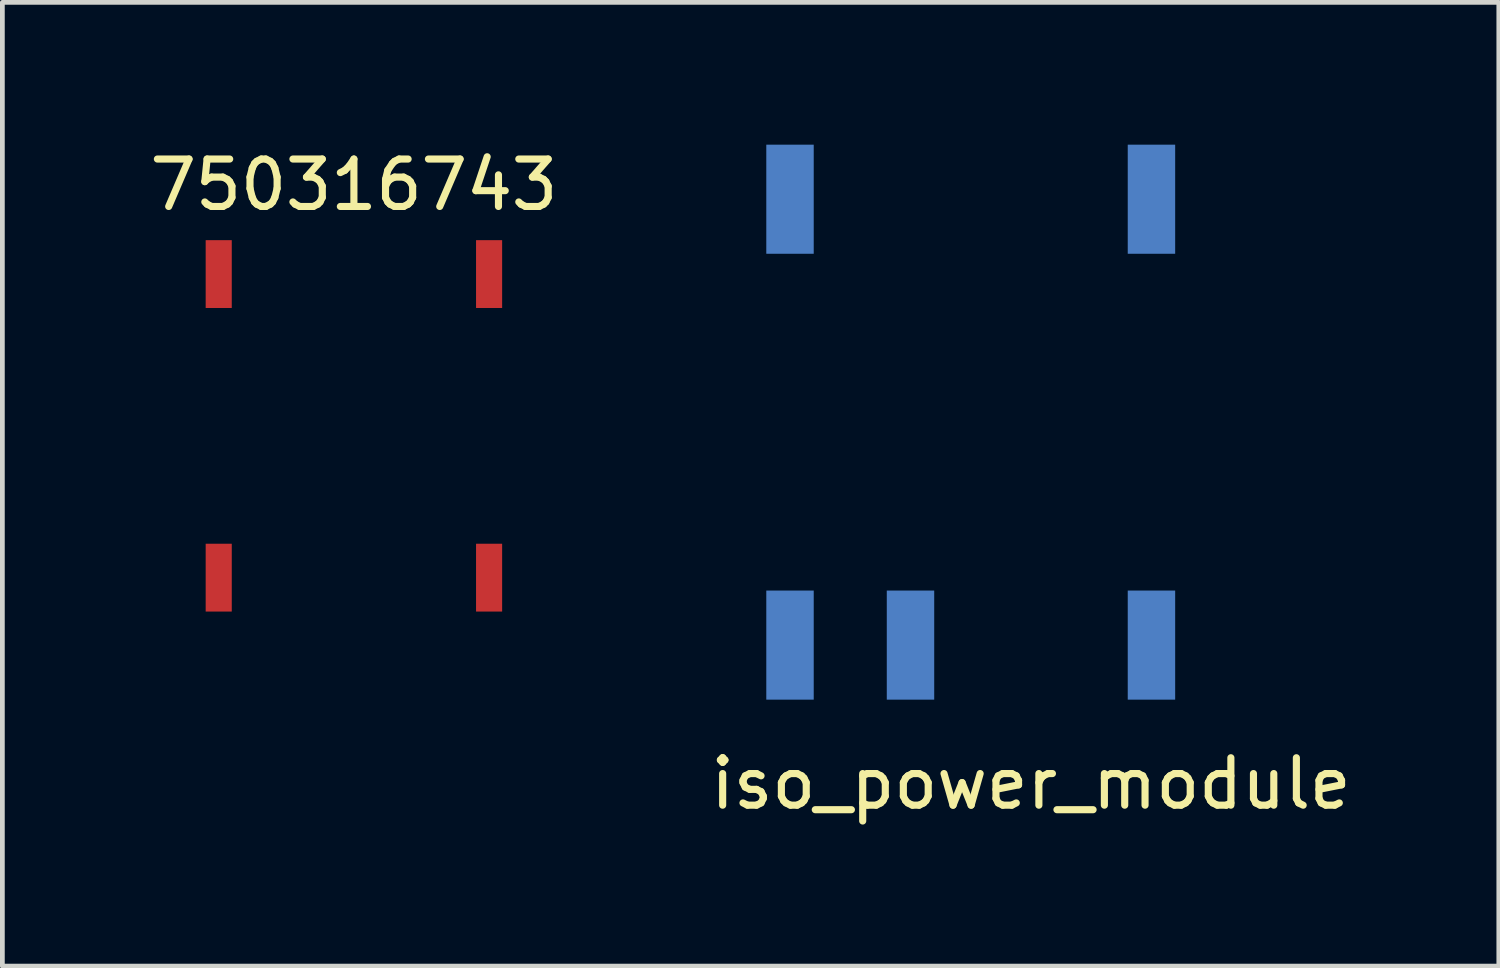
<source format=kicad_pcb>
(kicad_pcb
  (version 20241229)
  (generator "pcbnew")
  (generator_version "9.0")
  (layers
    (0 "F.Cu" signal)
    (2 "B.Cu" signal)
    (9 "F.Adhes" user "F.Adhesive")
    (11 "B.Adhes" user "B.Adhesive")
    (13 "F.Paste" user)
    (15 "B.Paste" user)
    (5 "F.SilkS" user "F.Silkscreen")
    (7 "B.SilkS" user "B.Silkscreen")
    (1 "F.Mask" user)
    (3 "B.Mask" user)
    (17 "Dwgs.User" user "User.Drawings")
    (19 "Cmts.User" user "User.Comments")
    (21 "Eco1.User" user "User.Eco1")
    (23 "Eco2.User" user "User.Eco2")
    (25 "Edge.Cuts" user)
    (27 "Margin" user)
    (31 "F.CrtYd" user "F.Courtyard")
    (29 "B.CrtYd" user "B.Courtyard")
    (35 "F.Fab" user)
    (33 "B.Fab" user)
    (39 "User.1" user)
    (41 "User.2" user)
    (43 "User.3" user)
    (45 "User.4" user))
  (footprint "iso_power_module"
    (layer "F.Cu")
    (at 18.685 5.85)
    (property "Reference" "iso_power_module" (at 0 7.62 0) (layer "F.SilkS") (effects (font (size 1 1) (thickness 0.15))))
    (attr through_hole)
    (pad "1" smd rect (at -5.08 4.7) (size 1 2.3) (layers "B.Cu" "B.Mask" "B.Paste"))
    (pad "3" smd rect (at -2.54 4.7) (size 1 2.3) (layers "B.Cu" "B.Mask" "B.Paste"))
    (pad "7" smd rect (at 2.54 4.7) (size 1 2.3) (layers "B.Cu" "B.Mask" "B.Paste"))
    (pad "8" smd rect (at 2.54 -4.7) (size 1 2.3) (layers "B.Cu" "B.Mask" "B.Paste"))
    (pad "14" smd rect (at -5.08 -4.7) (size 1 2.3) (layers "B.Cu" "B.Mask" "B.Paste")))
  (footprint "750316743"
    (layer "F.Cu")
    (at 4.411 5.928)
    (property "Reference" "750316743" (at 0 -5.08 0) (layer "F.SilkS") (effects (font (size 1 1) (thickness 0.15))))
    (attr through_hole)
    (pad "1" smd rect (at -2.85 -3.2 90) (size 1.43 0.55) (layers "F.Cu" "F.Mask" "F.Paste"))
    (pad "4" smd rect (at 2.85 -3.2 90) (size 1.43 0.55) (layers "F.Cu" "F.Mask" "F.Paste"))
    (pad "5" smd rect (at 2.85 3.2 90) (size 1.43 0.55) (layers "F.Cu" "F.Mask" "F.Paste"))
    (pad "8" smd rect (at -2.85 3.2 90) (size 1.43 0.55) (layers "F.Cu" "F.Mask" "F.Paste")))
  (gr_rect
    (start -3 -3)
    (end 28.548 17.318)
    (stroke (width 0.1) (type default))
    (fill no)
    (layer "Edge.Cuts")))
</source>
